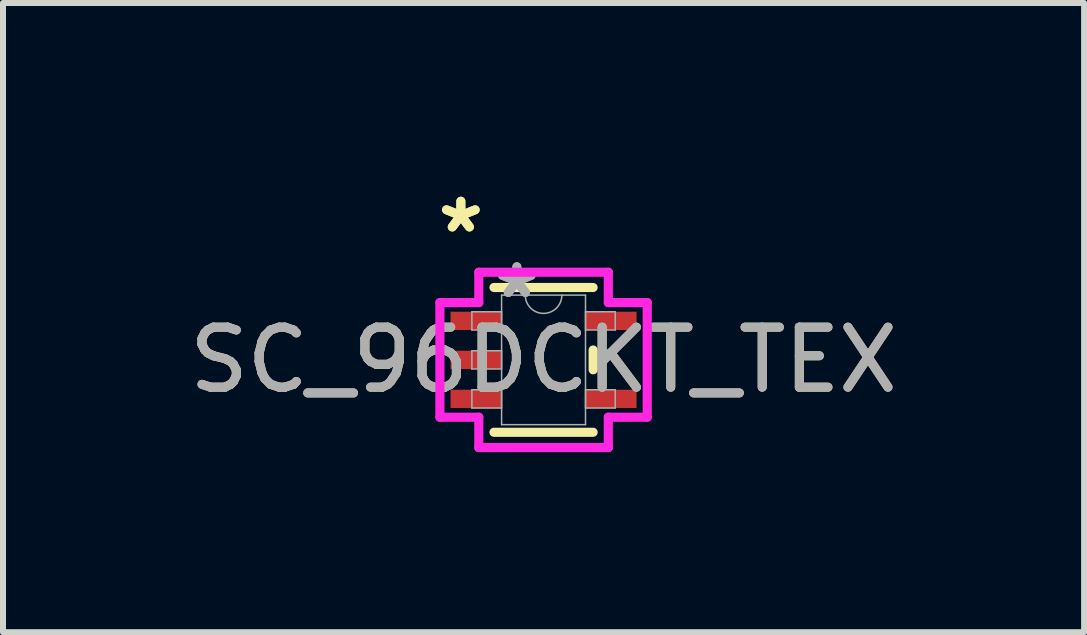
<source format=kicad_pcb>
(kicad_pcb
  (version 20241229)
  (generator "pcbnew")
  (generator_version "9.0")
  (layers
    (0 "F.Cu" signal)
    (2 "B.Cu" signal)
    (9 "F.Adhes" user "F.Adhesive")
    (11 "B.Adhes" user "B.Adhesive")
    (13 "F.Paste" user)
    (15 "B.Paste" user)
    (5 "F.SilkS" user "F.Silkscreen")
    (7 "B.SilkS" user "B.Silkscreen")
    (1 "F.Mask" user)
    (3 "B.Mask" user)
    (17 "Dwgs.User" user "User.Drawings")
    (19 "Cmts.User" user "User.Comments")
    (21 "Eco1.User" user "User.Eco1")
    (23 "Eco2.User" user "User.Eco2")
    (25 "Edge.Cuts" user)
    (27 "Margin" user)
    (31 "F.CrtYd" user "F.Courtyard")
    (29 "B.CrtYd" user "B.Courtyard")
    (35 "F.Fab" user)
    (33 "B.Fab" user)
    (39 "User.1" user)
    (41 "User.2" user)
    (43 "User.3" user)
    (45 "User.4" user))
  (footprint "SC_96DCKT_TEX"
    (layer "F.Cu")
    (at 6.006 2.946)
    (property "Reference" "SC_96DCKT_TEX" (at 0 0 0) (unlocked yes) (layer "F.SilkS") (effects (font (size 1 1) (thickness 0.15))))
    (attr smd)
    (fp_line (start -0.826 1.206) (end 0.826 1.206) (stroke (width 0.152) (type solid)) (layer "F.SilkS"))
    (fp_line (start 0.826 -1.206) (end -0.826 -1.206) (stroke (width 0.152) (type solid)) (layer "F.SilkS"))
    (fp_line (start 0.826 0.165) (end 0.826 -0.165) (stroke (width 0.152) (type solid)) (layer "F.SilkS"))
    (fp_line (start -1.727 -0.955) (end -1.079 -0.955) (stroke (width 0.152) (type solid)) (layer "F.CrtYd"))
    (fp_line (start -1.727 0.955) (end -1.727 -0.955) (stroke (width 0.152) (type solid)) (layer "F.CrtYd"))
    (fp_line (start -1.079 -1.46) (end 1.079 -1.46) (stroke (width 0.152) (type solid)) (layer "F.CrtYd"))
    (fp_line (start -1.079 -0.955) (end -1.079 -1.46) (stroke (width 0.152) (type solid)) (layer "F.CrtYd"))
    (fp_line (start -1.079 0.955) (end -1.727 0.955) (stroke (width 0.152) (type solid)) (layer "F.CrtYd"))
    (fp_line (start -1.079 1.46) (end -1.079 0.955) (stroke (width 0.152) (type solid)) (layer "F.CrtYd"))
    (fp_line (start 1.079 -1.46) (end 1.079 -0.955) (stroke (width 0.152) (type solid)) (layer "F.CrtYd"))
    (fp_line (start 1.079 -0.955) (end 1.727 -0.955) (stroke (width 0.152) (type solid)) (layer "F.CrtYd"))
    (fp_line (start 1.079 0.955) (end 1.079 1.46) (stroke (width 0.152) (type solid)) (layer "F.CrtYd"))
    (fp_line (start 1.079 1.46) (end -1.079 1.46) (stroke (width 0.152) (type solid)) (layer "F.CrtYd"))
    (fp_line (start 1.727 -0.955) (end 1.727 0.955) (stroke (width 0.152) (type solid)) (layer "F.CrtYd"))
    (fp_line (start 1.727 0.955) (end 1.079 0.955) (stroke (width 0.152) (type solid)) (layer "F.CrtYd"))
    (fp_line (start -1.194 -0.802) (end -1.194 -0.498) (stroke (width 0.025) (type solid)) (layer "F.Fab"))
    (fp_line (start -1.194 -0.498) (end -0.699 -0.498) (stroke (width 0.025) (type solid)) (layer "F.Fab"))
    (fp_line (start -1.194 -0.152) (end -1.194 0.152) (stroke (width 0.025) (type solid)) (layer "F.Fab"))
    (fp_line (start -1.194 0.152) (end -0.699 0.152) (stroke (width 0.025) (type solid)) (layer "F.Fab"))
    (fp_line (start -1.194 0.498) (end -1.194 0.802) (stroke (width 0.025) (type solid)) (layer "F.Fab"))
    (fp_line (start -1.194 0.802) (end -0.699 0.802) (stroke (width 0.025) (type solid)) (layer "F.Fab"))
    (fp_line (start -0.699 -1.079) (end -0.699 1.079) (stroke (width 0.025) (type solid)) (layer "F.Fab"))
    (fp_line (start -0.699 -0.802) (end -1.194 -0.802) (stroke (width 0.025) (type solid)) (layer "F.Fab"))
    (fp_line (start -0.699 -0.498) (end -0.699 -0.802) (stroke (width 0.025) (type solid)) (layer "F.Fab"))
    (fp_line (start -0.699 -0.152) (end -1.194 -0.152) (stroke (width 0.025) (type solid)) (layer "F.Fab"))
    (fp_line (start -0.699 0.152) (end -0.699 -0.152) (stroke (width 0.025) (type solid)) (layer "F.Fab"))
    (fp_line (start -0.699 0.498) (end -1.194 0.498) (stroke (width 0.025) (type solid)) (layer "F.Fab"))
    (fp_line (start -0.699 0.802) (end -0.699 0.498) (stroke (width 0.025) (type solid)) (layer "F.Fab"))
    (fp_line (start -0.699 1.079) (end 0.699 1.079) (stroke (width 0.025) (type solid)) (layer "F.Fab"))
    (fp_line (start 0.699 -1.079) (end -0.699 -1.079) (stroke (width 0.025) (type solid)) (layer "F.Fab"))
    (fp_line (start 0.699 -0.802) (end 0.699 -0.498) (stroke (width 0.025) (type solid)) (layer "F.Fab"))
    (fp_line (start 0.699 -0.498) (end 1.194 -0.498) (stroke (width 0.025) (type solid)) (layer "F.Fab"))
    (fp_line (start 0.699 0.498) (end 0.699 0.802) (stroke (width 0.025) (type solid)) (layer "F.Fab"))
    (fp_line (start 0.699 0.802) (end 1.194 0.802) (stroke (width 0.025) (type solid)) (layer "F.Fab"))
    (fp_line (start 0.699 1.079) (end 0.699 -1.079) (stroke (width 0.025) (type solid)) (layer "F.Fab"))
    (fp_line (start 1.194 -0.802) (end 0.699 -0.802) (stroke (width 0.025) (type solid)) (layer "F.Fab"))
    (fp_line (start 1.194 -0.498) (end 1.194 -0.802) (stroke (width 0.025) (type solid)) (layer "F.Fab"))
    (fp_line (start 1.194 0.498) (end 0.699 0.498) (stroke (width 0.025) (type solid)) (layer "F.Fab"))
    (fp_line (start 1.194 0.802) (end 1.194 0.498) (stroke (width 0.025) (type solid)) (layer "F.Fab"))
    (fp_arc (start 0.3048 -1.0795) (mid 0 -0.7747) (end -0.3048 -1.0795) (stroke (width 0.0254) (type solid)) (layer "F.Fab"))
    (fp_text user "*" (at -1.378 -2.098 0) (layer "F.SilkS") (effects (font (size 1 1) (thickness 0.15))))
    (fp_text user "*" (at -1.378 -2.098 0) (unlocked yes) (layer "F.SilkS") (effects (font (size 1 1) (thickness 0.15))))
    (fp_text user "${REFERENCE}" (at 0 0 0) (unlocked yes) (layer "F.Fab") (effects (font (size 1 1) (thickness 0.15))))
    (fp_text user "*" (at -0.445 -1.006 0) (layer "F.Fab") (effects (font (size 1 1) (thickness 0.15))))
    (fp_text user "*" (at -0.445 -1.006 0) (unlocked yes) (layer "F.Fab") (effects (font (size 1 1) (thickness 0.15))))
    (pad "1" smd rect (at -1.124 -0.65) (size 0.851 0.305) (layers "F.Cu" "F.Mask" "F.Paste"))
    (pad "2" smd rect (at -1.124 0) (size 0.851 0.305) (layers "F.Cu" "F.Mask" "F.Paste"))
    (pad "3" smd rect (at -1.124 0.65) (size 0.851 0.305) (layers "F.Cu" "F.Mask" "F.Paste"))
    (pad "4" smd rect (at 1.124 0.65) (size 0.851 0.305) (layers "F.Cu" "F.Mask" "F.Paste"))
    (pad "5" smd rect (at 1.124 -0.65) (size 0.851 0.305) (layers "F.Cu" "F.Mask" "F.Paste")))
  (gr_rect
    (start -3 -3)
    (end 15.012 7.483)
    (stroke (width 0.1) (type default))
    (fill no)
    (layer "Edge.Cuts")))
</source>
